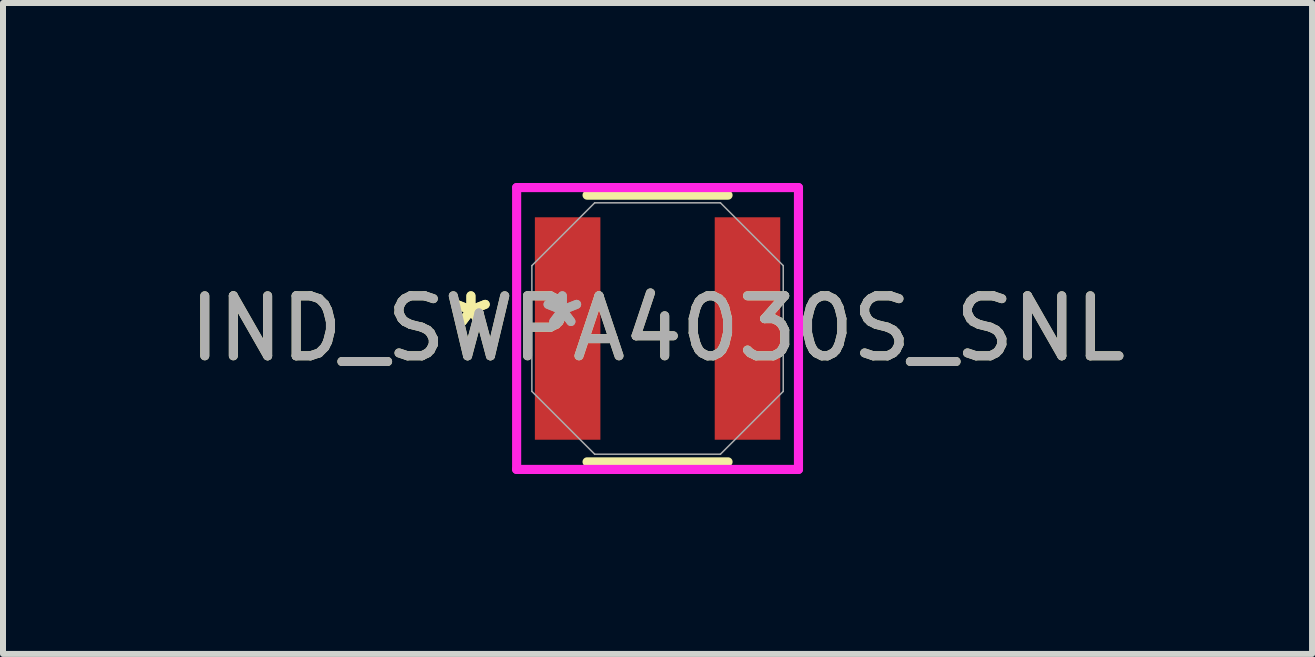
<source format=kicad_pcb>
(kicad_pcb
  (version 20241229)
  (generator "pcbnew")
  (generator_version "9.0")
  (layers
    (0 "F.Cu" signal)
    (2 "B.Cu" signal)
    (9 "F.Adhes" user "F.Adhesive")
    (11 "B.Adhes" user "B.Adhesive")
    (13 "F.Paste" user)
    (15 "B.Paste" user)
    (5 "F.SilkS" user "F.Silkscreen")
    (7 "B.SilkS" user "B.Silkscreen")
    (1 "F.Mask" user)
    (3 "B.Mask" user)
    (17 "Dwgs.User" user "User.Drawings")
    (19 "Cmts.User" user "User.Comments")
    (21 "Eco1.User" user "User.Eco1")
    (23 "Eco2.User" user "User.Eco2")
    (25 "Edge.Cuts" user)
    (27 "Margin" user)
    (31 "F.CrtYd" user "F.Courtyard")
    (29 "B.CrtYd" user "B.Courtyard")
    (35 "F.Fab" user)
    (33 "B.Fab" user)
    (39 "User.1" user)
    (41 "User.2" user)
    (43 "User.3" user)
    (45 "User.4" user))
  (footprint "IND_SWPA4030S_SNL"
    (layer "F.Cu")
    (at 7.911 2.426)
    (property "Reference" "IND_SWPA4030S_SNL" (at 0 0 0) (unlocked yes) (layer "F.SilkS") (effects (font (size 1 1) (thickness 0.15))))
    (attr smd)
    (fp_line (start -1.175 2.223) (end 1.175 2.223) (stroke (width 0.152) (type solid)) (layer "F.SilkS"))
    (fp_line (start 1.175 -2.223) (end -1.175 -2.223) (stroke (width 0.152) (type solid)) (layer "F.SilkS"))
    (fp_line (start -2.349 -2.349) (end 2.349 -2.349) (stroke (width 0.152) (type solid)) (layer "F.CrtYd"))
    (fp_line (start -2.349 2.349) (end -2.349 -2.349) (stroke (width 0.152) (type solid)) (layer "F.CrtYd"))
    (fp_line (start 2.349 -2.349) (end 2.349 2.349) (stroke (width 0.152) (type solid)) (layer "F.CrtYd"))
    (fp_line (start 2.349 2.349) (end -2.349 2.349) (stroke (width 0.152) (type solid)) (layer "F.CrtYd"))
    (fp_line (start -2.095 -1.048) (end -2.095 1.048) (stroke (width 0.025) (type solid)) (layer "F.Fab"))
    (fp_line (start -2.095 1.048) (end -1.048 2.095) (stroke (width 0.025) (type solid)) (layer "F.Fab"))
    (fp_line (start -1.048 -2.095) (end -2.095 -1.048) (stroke (width 0.025) (type solid)) (layer "F.Fab"))
    (fp_line (start -1.048 2.095) (end 1.048 2.095) (stroke (width 0.025) (type solid)) (layer "F.Fab"))
    (fp_line (start 1.048 -2.095) (end -1.048 -2.095) (stroke (width 0.025) (type solid)) (layer "F.Fab"))
    (fp_line (start 1.048 2.095) (end 2.095 1.048) (stroke (width 0.025) (type solid)) (layer "F.Fab"))
    (fp_line (start 2.095 -1.048) (end 1.048 -2.095) (stroke (width 0.025) (type solid)) (layer "F.Fab"))
    (fp_line (start 2.095 1.048) (end 2.095 -1.048) (stroke (width 0.025) (type solid)) (layer "F.Fab"))
    (fp_text user "*" (at -3.111 0 0) (layer "F.SilkS") (effects (font (size 1 1) (thickness 0.15))))
    (fp_text user "*" (at -3.111 0 0) (unlocked yes) (layer "F.SilkS") (effects (font (size 1 1) (thickness 0.15))))
    (fp_text user "*" (at -1.587 0 0) (layer "F.Fab") (effects (font (size 1 1) (thickness 0.15))))
    (fp_text user "*" (at -1.587 0 0) (unlocked yes) (layer "F.Fab") (effects (font (size 1 1) (thickness 0.15))))
    (fp_text user "${REFERENCE}" (at 0 0 0) (unlocked yes) (layer "F.Fab") (effects (font (size 1 1) (thickness 0.15))))
    (pad "1" smd rect (at -1.499 0) (size 1.092 3.708) (layers "F.Cu" "F.Mask" "F.Paste"))
    (pad "2" smd rect (at 1.499 0) (size 1.092 3.708) (layers "F.Cu" "F.Mask" "F.Paste")))
  (gr_rect
    (start -3 -3)
    (end 18.821 7.851)
    (stroke (width 0.1) (type default))
    (fill no)
    (layer "Edge.Cuts")))
</source>
